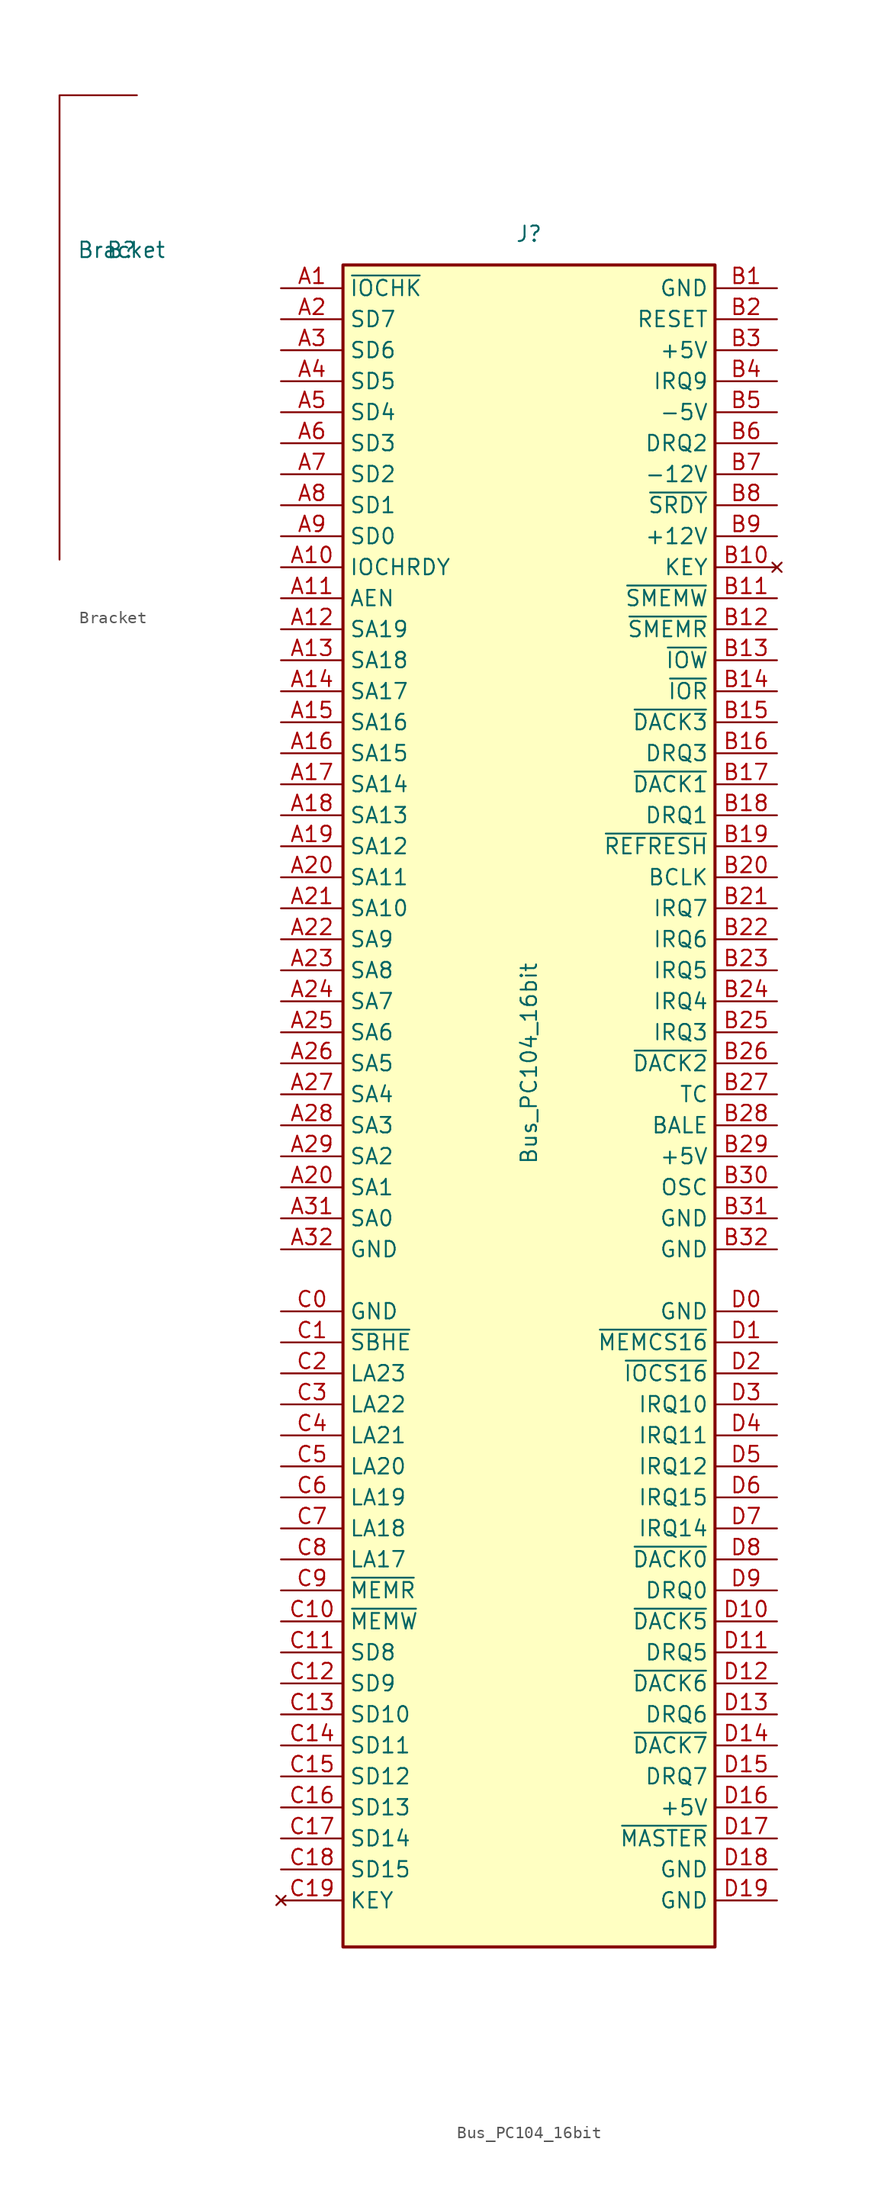
<source format=kicad_sym>
(kicad_symbol_lib
  (version 20211014)
  (generator kicad_symbol_editor)
  (symbol "Bracket"
    (property "Reference" "B"
      (at 5.08 0 0)
      (effects (font (size 1.27 1.27))))
    (property "Value" "Bracket"
      (at 5.08 0 0)
      (effects (font (size 1.27 1.27))))
    (symbol "Bracket_0_1"
      (polyline (pts (xy 6.35 12.7) (xy 0 12.7) (xy 0 -25.4)) (stroke (width 0) (type default) (color 0 0 0 0)) (fill (type none)))))
  (symbol "Bus_PC104_16bit"
    (property "Reference" "J"
      (at 0 69.215 0)
      (effects (font (size 1.27 1.27))))
    (property "Value" "Bus_PC104_16bit"
      (at 0 1.27 90)
      (effects (font (size 1.27 1.27))))
    (symbol "Bus_PC104_16bit_0_0"
      (pin power_in line (at -20.32 -13.97 0) (length 5.08) (name "GND" (effects (font (size 1.27 1.27)))) (number "A32" (effects (font (size 1.27 1.27)))))
      (pin power_in line (at 20.32 -13.97 180) (length 5.08) (name "GND" (effects (font (size 1.27 1.27)))) (number "B32" (effects (font (size 1.27 1.27)))))
      (pin no_connect line (at -20.32 -67.31 0) (length 5.08) (name "KEY" (effects (font (size 1.27 1.27)))) (number "C19" (effects (font (size 1.27 1.27)))))
      (pin power_in line (at 20.32 -67.31 180) (length 5.08) (name "GND" (effects (font (size 1.27 1.27)))) (number "D19" (effects (font (size 1.27 1.27))))))
    (symbol "Bus_PC104_16bit_0_1"
      (rectangle (start -15.24 66.675) (end 15.24 -71.12) (stroke (width 0.254) (type default) (color 0 0 0 0)) (fill (type background))))
    (symbol "Bus_PC104_16bit_1_1"
      (pin passive line (at -20.32 64.77 0) (length 5.08) (name "~{IOCHK}" (effects (font (size 1.27 1.27)))) (number "A1" (effects (font (size 1.27 1.27)))))
      (pin passive line (at -20.32 41.91 0) (length 5.08) (name "IOCHRDY" (effects (font (size 1.27 1.27)))) (number "A10" (effects (font (size 1.27 1.27)))))
      (pin input line (at -20.32 39.37 0) (length 5.08) (name "AEN" (effects (font (size 1.27 1.27)))) (number "A11" (effects (font (size 1.27 1.27)))))
      (pin tri_state line (at -20.32 36.83 0) (length 5.08) (name "SA19" (effects (font (size 1.27 1.27)))) (number "A12" (effects (font (size 1.27 1.27)))))
      (pin tri_state line (at -20.32 34.29 0) (length 5.08) (name "SA18" (effects (font (size 1.27 1.27)))) (number "A13" (effects (font (size 1.27 1.27)))))
      (pin tri_state line (at -20.32 31.75 0) (length 5.08) (name "SA17" (effects (font (size 1.27 1.27)))) (number "A14" (effects (font (size 1.27 1.27)))))
      (pin tri_state line (at -20.32 29.21 0) (length 5.08) (name "SA16" (effects (font (size 1.27 1.27)))) (number "A15" (effects (font (size 1.27 1.27)))))
      (pin tri_state line (at -20.32 26.67 0) (length 5.08) (name "SA15" (effects (font (size 1.27 1.27)))) (number "A16" (effects (font (size 1.27 1.27)))))
      (pin tri_state line (at -20.32 24.13 0) (length 5.08) (name "SA14" (effects (font (size 1.27 1.27)))) (number "A17" (effects (font (size 1.27 1.27)))))
      (pin tri_state line (at -20.32 21.59 0) (length 5.08) (name "SA13" (effects (font (size 1.27 1.27)))) (number "A18" (effects (font (size 1.27 1.27)))))
      (pin tri_state line (at -20.32 19.05 0) (length 5.08) (name "SA12" (effects (font (size 1.27 1.27)))) (number "A19" (effects (font (size 1.27 1.27)))))
      (pin tri_state line (at -20.32 62.23 0) (length 5.08) (name "SD7" (effects (font (size 1.27 1.27)))) (number "A2" (effects (font (size 1.27 1.27)))))
      (pin tri_state line (at -20.32 -8.89 0) (length 5.08) (name "SA1" (effects (font (size 1.27 1.27)))) (number "A20" (effects (font (size 1.27 1.27)))))
      (pin tri_state line (at -20.32 16.51 0) (length 5.08) (name "SA11" (effects (font (size 1.27 1.27)))) (number "A20" (effects (font (size 1.27 1.27)))))
      (pin tri_state line (at -20.32 13.97 0) (length 5.08) (name "SA10" (effects (font (size 1.27 1.27)))) (number "A21" (effects (font (size 1.27 1.27)))))
      (pin tri_state line (at -20.32 11.43 0) (length 5.08) (name "SA9" (effects (font (size 1.27 1.27)))) (number "A22" (effects (font (size 1.27 1.27)))))
      (pin tri_state line (at -20.32 8.89 0) (length 5.08) (name "SA8" (effects (font (size 1.27 1.27)))) (number "A23" (effects (font (size 1.27 1.27)))))
      (pin tri_state line (at -20.32 6.35 0) (length 5.08) (name "SA7" (effects (font (size 1.27 1.27)))) (number "A24" (effects (font (size 1.27 1.27)))))
      (pin tri_state line (at -20.32 3.81 0) (length 5.08) (name "SA6" (effects (font (size 1.27 1.27)))) (number "A25" (effects (font (size 1.27 1.27)))))
      (pin tri_state line (at -20.32 1.27 0) (length 5.08) (name "SA5" (effects (font (size 1.27 1.27)))) (number "A26" (effects (font (size 1.27 1.27)))))
      (pin tri_state line (at -20.32 -1.27 0) (length 5.08) (name "SA4" (effects (font (size 1.27 1.27)))) (number "A27" (effects (font (size 1.27 1.27)))))
      (pin tri_state line (at -20.32 -3.81 0) (length 5.08) (name "SA3" (effects (font (size 1.27 1.27)))) (number "A28" (effects (font (size 1.27 1.27)))))
      (pin tri_state line (at -20.32 -6.35 0) (length 5.08) (name "SA2" (effects (font (size 1.27 1.27)))) (number "A29" (effects (font (size 1.27 1.27)))))
      (pin tri_state line (at -20.32 59.69 0) (length 5.08) (name "SD6" (effects (font (size 1.27 1.27)))) (number "A3" (effects (font (size 1.27 1.27)))))
      (pin tri_state line (at -20.32 -11.43 0) (length 5.08) (name "SA0" (effects (font (size 1.27 1.27)))) (number "A31" (effects (font (size 1.27 1.27)))))
      (pin tri_state line (at -20.32 57.15 0) (length 5.08) (name "SD5" (effects (font (size 1.27 1.27)))) (number "A4" (effects (font (size 1.27 1.27)))))
      (pin tri_state line (at -20.32 54.61 0) (length 5.08) (name "SD4" (effects (font (size 1.27 1.27)))) (number "A5" (effects (font (size 1.27 1.27)))))
      (pin tri_state line (at -20.32 52.07 0) (length 5.08) (name "SD3" (effects (font (size 1.27 1.27)))) (number "A6" (effects (font (size 1.27 1.27)))))
      (pin tri_state line (at -20.32 49.53 0) (length 5.08) (name "SD2" (effects (font (size 1.27 1.27)))) (number "A7" (effects (font (size 1.27 1.27)))))
      (pin tri_state line (at -20.32 46.99 0) (length 5.08) (name "SD1" (effects (font (size 1.27 1.27)))) (number "A8" (effects (font (size 1.27 1.27)))))
      (pin tri_state line (at -20.32 44.45 0) (length 5.08) (name "SD0" (effects (font (size 1.27 1.27)))) (number "A9" (effects (font (size 1.27 1.27)))))
      (pin power_in line (at 20.32 64.77 180) (length 5.08) (name "GND" (effects (font (size 1.27 1.27)))) (number "B1" (effects (font (size 1.27 1.27)))))
      (pin no_connect line (at 20.32 41.91 180) (length 5.08) (name "KEY" (effects (font (size 1.27 1.27)))) (number "B10" (effects (font (size 1.27 1.27)))))
      (pin input line (at 20.32 39.37 180) (length 5.08) (name "~{SMEMW}" (effects (font (size 1.27 1.27)))) (number "B11" (effects (font (size 1.27 1.27)))))
      (pin input line (at 20.32 36.83 180) (length 5.08) (name "~{SMEMR}" (effects (font (size 1.27 1.27)))) (number "B12" (effects (font (size 1.27 1.27)))))
      (pin input line (at 20.32 34.29 180) (length 5.08) (name "~{IOW}" (effects (font (size 1.27 1.27)))) (number "B13" (effects (font (size 1.27 1.27)))))
      (pin input line (at 20.32 31.75 180) (length 5.08) (name "~{IOR}" (effects (font (size 1.27 1.27)))) (number "B14" (effects (font (size 1.27 1.27)))))
      (pin passive line (at 20.32 29.21 180) (length 5.08) (name "~{DACK3}" (effects (font (size 1.27 1.27)))) (number "B15" (effects (font (size 1.27 1.27)))))
      (pin passive line (at 20.32 26.67 180) (length 5.08) (name "DRQ3" (effects (font (size 1.27 1.27)))) (number "B16" (effects (font (size 1.27 1.27)))))
      (pin passive line (at 20.32 24.13 180) (length 5.08) (name "~{DACK1}" (effects (font (size 1.27 1.27)))) (number "B17" (effects (font (size 1.27 1.27)))))
      (pin passive line (at 20.32 21.59 180) (length 5.08) (name "DRQ1" (effects (font (size 1.27 1.27)))) (number "B18" (effects (font (size 1.27 1.27)))))
      (pin passive line (at 20.32 19.05 180) (length 5.08) (name "~{REFRESH}" (effects (font (size 1.27 1.27)))) (number "B19" (effects (font (size 1.27 1.27)))))
      (pin input line (at 20.32 62.23 180) (length 5.08) (name "RESET" (effects (font (size 1.27 1.27)))) (number "B2" (effects (font (size 1.27 1.27)))))
      (pin input line (at 20.32 16.51 180) (length 5.08) (name "BCLK" (effects (font (size 1.27 1.27)))) (number "B20" (effects (font (size 1.27 1.27)))))
      (pin passive line (at 20.32 13.97 180) (length 5.08) (name "IRQ7" (effects (font (size 1.27 1.27)))) (number "B21" (effects (font (size 1.27 1.27)))))
      (pin passive line (at 20.32 11.43 180) (length 5.08) (name "IRQ6" (effects (font (size 1.27 1.27)))) (number "B22" (effects (font (size 1.27 1.27)))))
      (pin passive line (at 20.32 8.89 180) (length 5.08) (name "IRQ5" (effects (font (size 1.27 1.27)))) (number "B23" (effects (font (size 1.27 1.27)))))
      (pin passive line (at 20.32 6.35 180) (length 5.08) (name "IRQ4" (effects (font (size 1.27 1.27)))) (number "B24" (effects (font (size 1.27 1.27)))))
      (pin passive line (at 20.32 3.81 180) (length 5.08) (name "IRQ3" (effects (font (size 1.27 1.27)))) (number "B25" (effects (font (size 1.27 1.27)))))
      (pin passive line (at 20.32 1.27 180) (length 5.08) (name "~{DACK2}" (effects (font (size 1.27 1.27)))) (number "B26" (effects (font (size 1.27 1.27)))))
      (pin passive line (at 20.32 -1.27 180) (length 5.08) (name "TC" (effects (font (size 1.27 1.27)))) (number "B27" (effects (font (size 1.27 1.27)))))
      (pin input line (at 20.32 -3.81 180) (length 5.08) (name "BALE" (effects (font (size 1.27 1.27)))) (number "B28" (effects (font (size 1.27 1.27)))))
      (pin power_in line (at 20.32 -6.35 180) (length 5.08) (name "+5V" (effects (font (size 1.27 1.27)))) (number "B29" (effects (font (size 1.27 1.27)))))
      (pin power_in line (at 20.32 59.69 180) (length 5.08) (name "+5V" (effects (font (size 1.27 1.27)))) (number "B3" (effects (font (size 1.27 1.27)))))
      (pin input line (at 20.32 -8.89 180) (length 5.08) (name "OSC" (effects (font (size 1.27 1.27)))) (number "B30" (effects (font (size 1.27 1.27)))))
      (pin power_in line (at 20.32 -11.43 180) (length 5.08) (name "GND" (effects (font (size 1.27 1.27)))) (number "B31" (effects (font (size 1.27 1.27)))))
      (pin passive line (at 20.32 57.15 180) (length 5.08) (name "IRQ9" (effects (font (size 1.27 1.27)))) (number "B4" (effects (font (size 1.27 1.27)))))
      (pin power_in line (at 20.32 54.61 180) (length 5.08) (name "-5V" (effects (font (size 1.27 1.27)))) (number "B5" (effects (font (size 1.27 1.27)))))
      (pin passive line (at 20.32 52.07 180) (length 5.08) (name "DRQ2" (effects (font (size 1.27 1.27)))) (number "B6" (effects (font (size 1.27 1.27)))))
      (pin power_in line (at 20.32 49.53 180) (length 5.08) (name "-12V" (effects (font (size 1.27 1.27)))) (number "B7" (effects (font (size 1.27 1.27)))))
      (pin passive line (at 20.32 46.99 180) (length 5.08) (name "~{SRDY}" (effects (font (size 1.27 1.27)))) (number "B8" (effects (font (size 1.27 1.27)))))
      (pin power_in line (at 20.32 44.45 180) (length 5.08) (name "+12V" (effects (font (size 1.27 1.27)))) (number "B9" (effects (font (size 1.27 1.27)))))
      (pin power_in line (at -20.32 -19.05 0) (length 5.08) (name "GND" (effects (font (size 1.27 1.27)))) (number "C0" (effects (font (size 1.27 1.27)))))
      (pin passive line (at -20.32 -21.59 0) (length 5.08) (name "~{SBHE}" (effects (font (size 1.27 1.27)))) (number "C1" (effects (font (size 1.27 1.27)))))
      (pin input line (at -20.32 -44.45 0) (length 5.08) (name "~{MEMW}" (effects (font (size 1.27 1.27)))) (number "C10" (effects (font (size 1.27 1.27)))))
      (pin tri_state line (at -20.32 -46.99 0) (length 5.08) (name "SD8" (effects (font (size 1.27 1.27)))) (number "C11" (effects (font (size 1.27 1.27)))))
      (pin tri_state line (at -20.32 -49.53 0) (length 5.08) (name "SD9" (effects (font (size 1.27 1.27)))) (number "C12" (effects (font (size 1.27 1.27)))))
      (pin tri_state line (at -20.32 -52.07 0) (length 5.08) (name "SD10" (effects (font (size 1.27 1.27)))) (number "C13" (effects (font (size 1.27 1.27)))))
      (pin tri_state line (at -20.32 -54.61 0) (length 5.08) (name "SD11" (effects (font (size 1.27 1.27)))) (number "C14" (effects (font (size 1.27 1.27)))))
      (pin tri_state line (at -20.32 -57.15 0) (length 5.08) (name "SD12" (effects (font (size 1.27 1.27)))) (number "C15" (effects (font (size 1.27 1.27)))))
      (pin tri_state line (at -20.32 -59.69 0) (length 5.08) (name "SD13" (effects (font (size 1.27 1.27)))) (number "C16" (effects (font (size 1.27 1.27)))))
      (pin tri_state line (at -20.32 -62.23 0) (length 5.08) (name "SD14" (effects (font (size 1.27 1.27)))) (number "C17" (effects (font (size 1.27 1.27)))))
      (pin tri_state line (at -20.32 -64.77 0) (length 5.08) (name "SD15" (effects (font (size 1.27 1.27)))) (number "C18" (effects (font (size 1.27 1.27)))))
      (pin passive line (at -20.32 -24.13 0) (length 5.08) (name "LA23" (effects (font (size 1.27 1.27)))) (number "C2" (effects (font (size 1.27 1.27)))))
      (pin passive line (at -20.32 -26.67 0) (length 5.08) (name "LA22" (effects (font (size 1.27 1.27)))) (number "C3" (effects (font (size 1.27 1.27)))))
      (pin passive line (at -20.32 -29.21 0) (length 5.08) (name "LA21" (effects (font (size 1.27 1.27)))) (number "C4" (effects (font (size 1.27 1.27)))))
      (pin passive line (at -20.32 -31.75 0) (length 5.08) (name "LA20" (effects (font (size 1.27 1.27)))) (number "C5" (effects (font (size 1.27 1.27)))))
      (pin passive line (at -20.32 -34.29 0) (length 5.08) (name "LA19" (effects (font (size 1.27 1.27)))) (number "C6" (effects (font (size 1.27 1.27)))))
      (pin passive line (at -20.32 -36.83 0) (length 5.08) (name "LA18" (effects (font (size 1.27 1.27)))) (number "C7" (effects (font (size 1.27 1.27)))))
      (pin passive line (at -20.32 -39.37 0) (length 5.08) (name "LA17" (effects (font (size 1.27 1.27)))) (number "C8" (effects (font (size 1.27 1.27)))))
      (pin input line (at -20.32 -41.91 0) (length 5.08) (name "~{MEMR}" (effects (font (size 1.27 1.27)))) (number "C9" (effects (font (size 1.27 1.27)))))
      (pin power_in line (at 20.32 -19.05 180) (length 5.08) (name "GND" (effects (font (size 1.27 1.27)))) (number "D0" (effects (font (size 1.27 1.27)))))
      (pin passive line (at 20.32 -21.59 180) (length 5.08) (name "~{MEMCS16}" (effects (font (size 1.27 1.27)))) (number "D1" (effects (font (size 1.27 1.27)))))
      (pin input line (at 20.32 -44.45 180) (length 5.08) (name "~{DACK5}" (effects (font (size 1.27 1.27)))) (number "D10" (effects (font (size 1.27 1.27)))))
      (pin passive line (at 20.32 -46.99 180) (length 5.08) (name "DRQ5" (effects (font (size 1.27 1.27)))) (number "D11" (effects (font (size 1.27 1.27)))))
      (pin input line (at 20.32 -49.53 180) (length 5.08) (name "~{DACK6}" (effects (font (size 1.27 1.27)))) (number "D12" (effects (font (size 1.27 1.27)))))
      (pin passive line (at 20.32 -52.07 180) (length 5.08) (name "DRQ6" (effects (font (size 1.27 1.27)))) (number "D13" (effects (font (size 1.27 1.27)))))
      (pin input line (at 20.32 -54.61 180) (length 5.08) (name "~{DACK7}" (effects (font (size 1.27 1.27)))) (number "D14" (effects (font (size 1.27 1.27)))))
      (pin passive line (at 20.32 -57.15 180) (length 5.08) (name "DRQ7" (effects (font (size 1.27 1.27)))) (number "D15" (effects (font (size 1.27 1.27)))))
      (pin power_in line (at 20.32 -59.69 180) (length 5.08) (name "+5V" (effects (font (size 1.27 1.27)))) (number "D16" (effects (font (size 1.27 1.27)))))
      (pin passive line (at 20.32 -62.23 180) (length 5.08) (name "~{MASTER}" (effects (font (size 1.27 1.27)))) (number "D17" (effects (font (size 1.27 1.27)))))
      (pin power_in line (at 20.32 -64.77 180) (length 5.08) (name "GND" (effects (font (size 1.27 1.27)))) (number "D18" (effects (font (size 1.27 1.27)))))
      (pin passive line (at 20.32 -24.13 180) (length 5.08) (name "~{IOCS16}" (effects (font (size 1.27 1.27)))) (number "D2" (effects (font (size 1.27 1.27)))))
      (pin passive line (at 20.32 -26.67 180) (length 5.08) (name "IRQ10" (effects (font (size 1.27 1.27)))) (number "D3" (effects (font (size 1.27 1.27)))))
      (pin passive line (at 20.32 -29.21 180) (length 5.08) (name "IRQ11" (effects (font (size 1.27 1.27)))) (number "D4" (effects (font (size 1.27 1.27)))))
      (pin passive line (at 20.32 -31.75 180) (length 5.08) (name "IRQ12" (effects (font (size 1.27 1.27)))) (number "D5" (effects (font (size 1.27 1.27)))))
      (pin passive line (at 20.32 -34.29 180) (length 5.08) (name "IRQ15" (effects (font (size 1.27 1.27)))) (number "D6" (effects (font (size 1.27 1.27)))))
      (pin passive line (at 20.32 -36.83 180) (length 5.08) (name "IRQ14" (effects (font (size 1.27 1.27)))) (number "D7" (effects (font (size 1.27 1.27)))))
      (pin input line (at 20.32 -39.37 180) (length 5.08) (name "~{DACK0}" (effects (font (size 1.27 1.27)))) (number "D8" (effects (font (size 1.27 1.27)))))
      (pin passive line (at 20.32 -41.91 180) (length 5.08) (name "DRQ0" (effects (font (size 1.27 1.27)))) (number "D9" (effects (font (size 1.27 1.27))))))))
</source>
